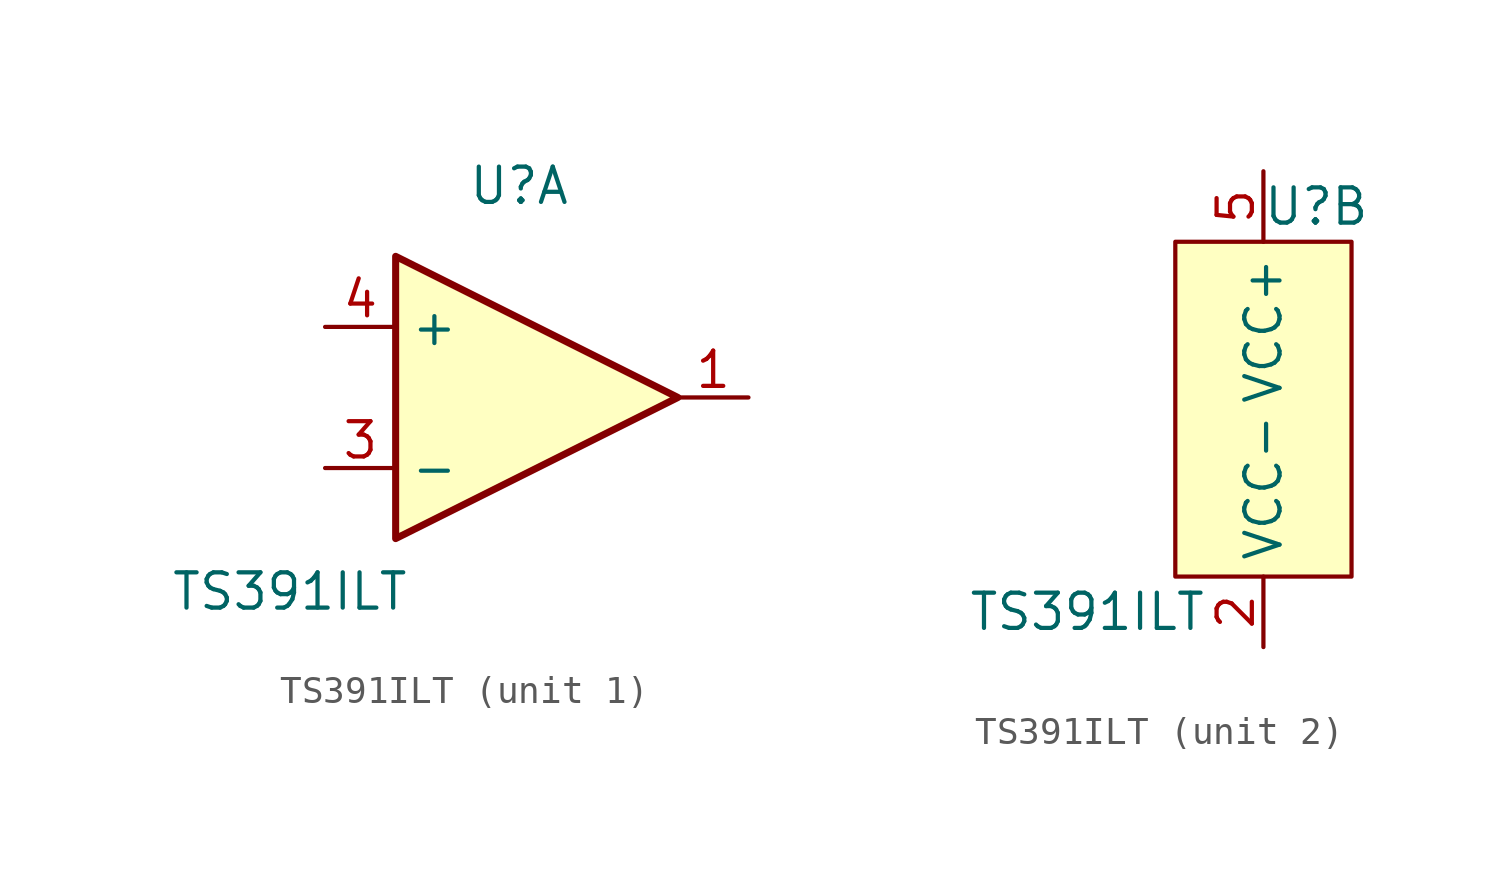
<source format=kicad_sym>
(kicad_symbol_lib
  (version 20220914)
  (generator kicad_symbol_editor)
  (symbol "TS391ILT"
    (property "Reference" "U"
      (at 1.905 7.62 0)
      (effects (font (size 1.27 1.27))))
    (property "Value" "TS391ILT"
      (at -6.35 -6.985 0)
      (effects (font (size 1.27 1.27))))
    (property "ki_locked" ""
      (at 0 0 0)
      (effects (font (size 1.27 1.27))))
    (symbol "TS391ILT_1_1"
      (polyline (pts (xy -2.54 5.08) (xy 7.62 0) (xy -2.54 -5.08) (xy -2.54 5.08)) (stroke (width 0.254) (type default)) (fill (type background)))
      (pin output line (at 10.16 0 180) (length 2.54) (name "~" (effects (font (size 1.27 1.27)))) (number "1" (effects (font (size 1.27 1.27)))))
      (pin input line (at -5.08 -2.54 0) (length 2.54) (name "-" (effects (font (size 1.27 1.27)))) (number "3" (effects (font (size 1.27 1.27)))))
      (pin input line (at -5.08 2.54 0) (length 2.54) (name "+" (effects (font (size 1.27 1.27)))) (number "4" (effects (font (size 1.27 1.27))))))
    (symbol "TS391ILT_2_1"
      (rectangle (start -3.175 6.35) (end 3.175 -5.715) (stroke (width 0) (type default)) (fill (type background)))
      (pin power_in line (at 0 -8.255 90) (length 2.54) (name "VCC-" (effects (font (size 1.27 1.27)))) (number "2" (effects (font (size 1.27 1.27)))))
      (pin power_in line (at 0 8.89 270) (length 2.54) (name "VCC+" (effects (font (size 1.27 1.27)))) (number "5" (effects (font (size 1.27 1.27))))))))
</source>
